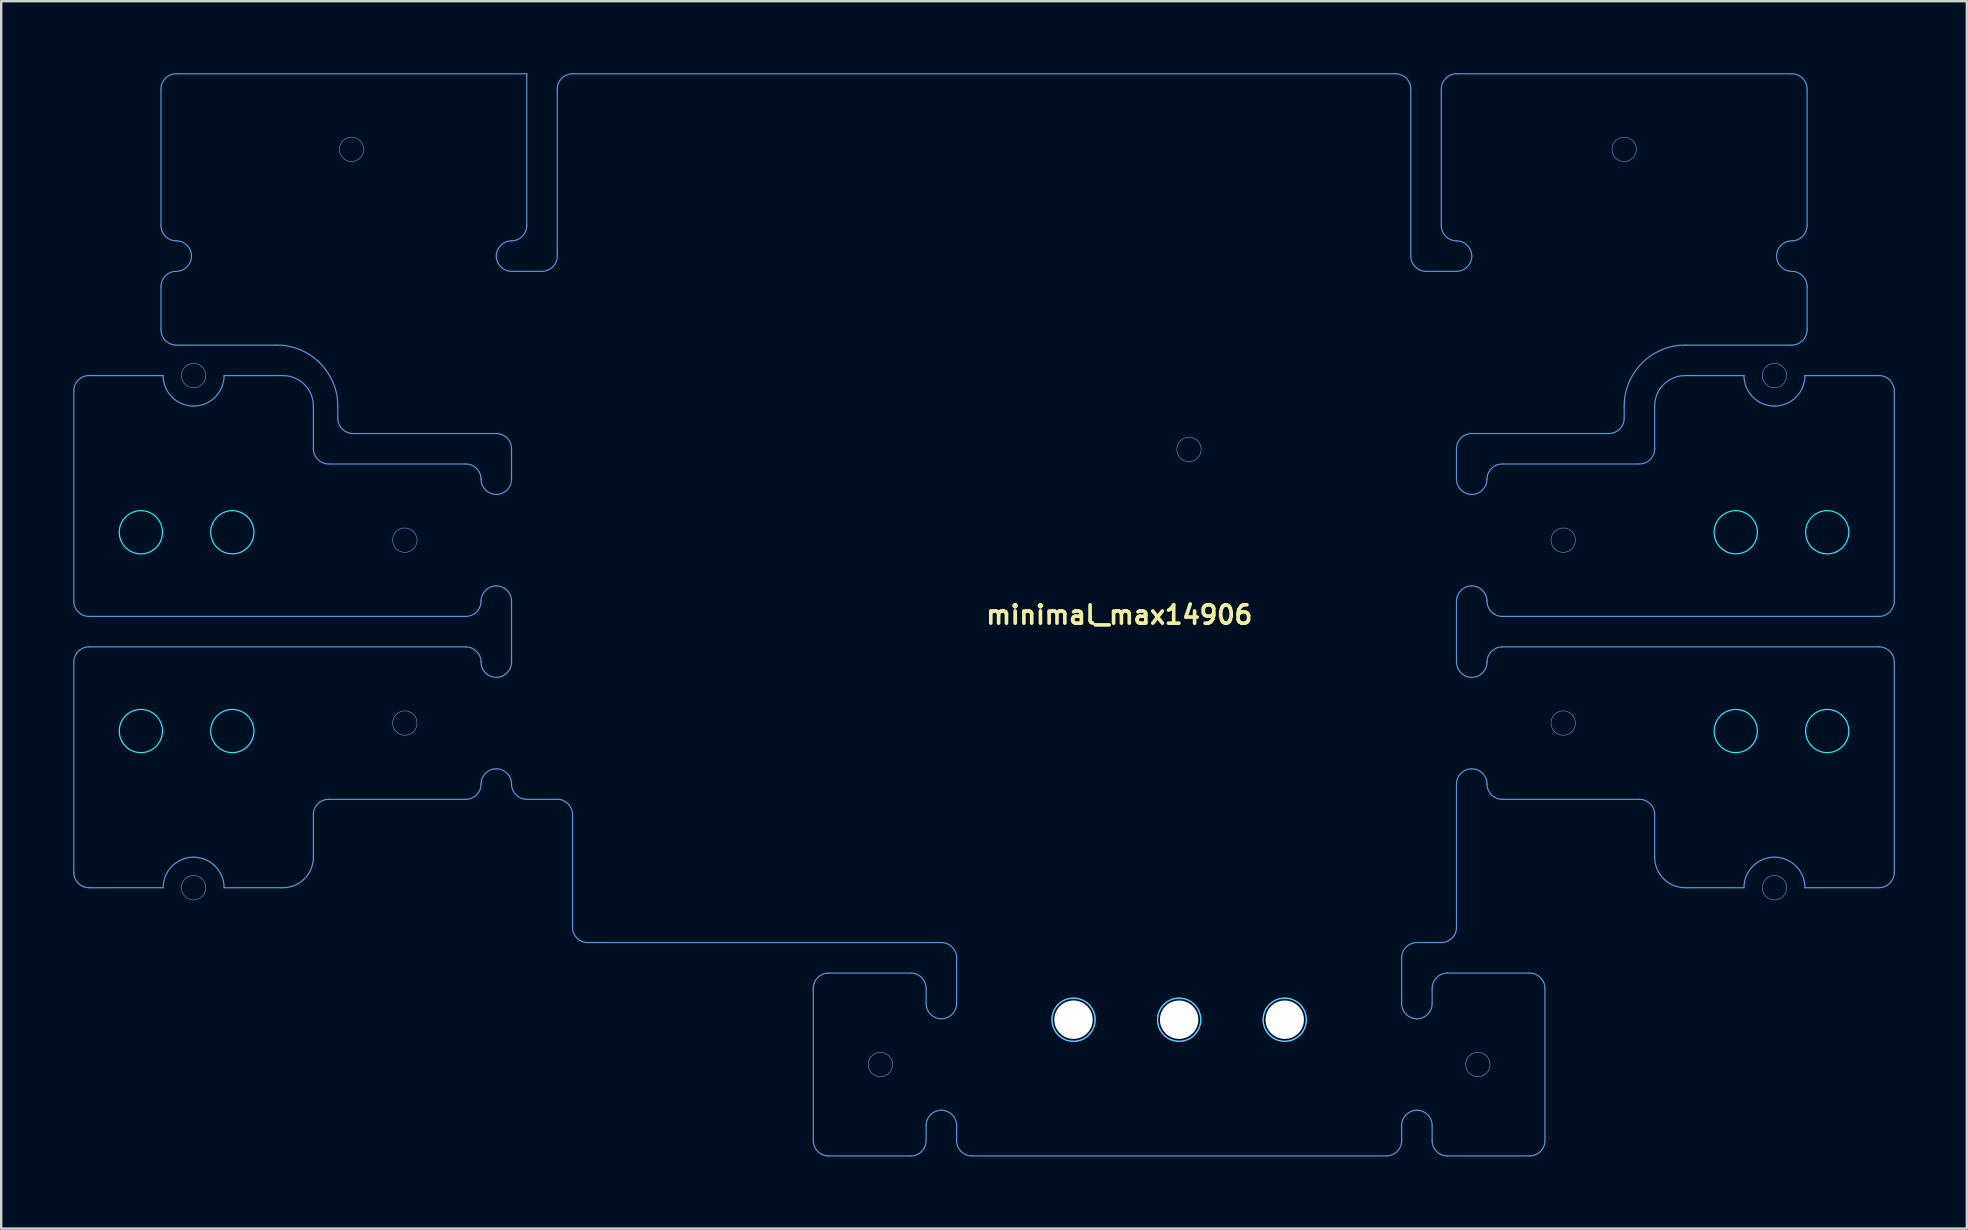
<source format=kicad_pcb>
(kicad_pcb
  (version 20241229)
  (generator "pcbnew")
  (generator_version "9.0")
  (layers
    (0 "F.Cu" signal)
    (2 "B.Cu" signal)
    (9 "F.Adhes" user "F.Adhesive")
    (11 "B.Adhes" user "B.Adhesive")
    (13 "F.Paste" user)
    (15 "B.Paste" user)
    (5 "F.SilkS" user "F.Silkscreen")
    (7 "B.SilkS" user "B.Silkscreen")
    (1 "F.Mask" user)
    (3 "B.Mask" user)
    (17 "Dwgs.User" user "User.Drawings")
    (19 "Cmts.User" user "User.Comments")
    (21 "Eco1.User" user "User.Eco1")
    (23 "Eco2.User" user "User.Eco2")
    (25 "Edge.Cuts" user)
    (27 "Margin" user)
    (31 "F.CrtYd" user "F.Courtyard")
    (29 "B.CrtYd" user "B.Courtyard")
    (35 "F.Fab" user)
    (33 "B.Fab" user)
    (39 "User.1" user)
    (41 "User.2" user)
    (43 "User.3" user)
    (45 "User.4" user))
  (footprint "minimal_max14906"
    (layer "F.Cu")
    (at 37.947 22.567)
    (property "Reference" "minimal_max14906" (at 0 0 0) (unlocked yes) (layer "F.SilkS") (effects (font (size 0.762 0.762) (thickness 0.152) (bold yes)) (justify left)))
    (fp_line (start -37.922 -9.335) (end -37.922 -0.572) (stroke (width 0.05) (type solid)) (layer "Cmts.User"))
    (fp_line (start -37.922 10.732) (end -37.922 1.968) (stroke (width 0.05) (type default)) (layer "Cmts.User"))
    (fp_line (start -34.29 -16.218) (end -34.29 -21.907) (stroke (width 0.05) (type default)) (layer "Cmts.User"))
    (fp_line (start -34.29 -13.678) (end -34.29 -11.874) (stroke (width 0.05) (type default)) (layer "Cmts.User"))
    (fp_line (start -34.201 -9.97) (end -37.287 -9.97) (stroke (width 0.05) (type default)) (layer "Cmts.User"))
    (fp_line (start -34.201 11.367) (end -37.287 11.367) (stroke (width 0.05) (type default)) (layer "Cmts.User"))
    (fp_line (start -33.655 -22.543) (end -19.05 -22.543) (stroke (width 0.05) (type default)) (layer "Cmts.User"))
    (fp_line (start -29.464 -11.239) (end -33.655 -11.239) (stroke (width 0.05) (type default)) (layer "Cmts.User"))
    (fp_line (start -29.21 -9.97) (end -31.661 -9.97) (stroke (width 0.05) (type default)) (layer "Cmts.User"))
    (fp_line (start -29.21 11.367) (end -31.661 11.367) (stroke (width 0.05) (type default)) (layer "Cmts.User"))
    (fp_line (start -27.94 -6.921) (end -27.94 -8.7) (stroke (width 0.05) (type default)) (layer "Cmts.User"))
    (fp_line (start -27.94 10.097) (end -27.94 8.319) (stroke (width 0.05) (type solid)) (layer "Cmts.User"))
    (fp_line (start -27.305 -6.287) (end -21.59 -6.287) (stroke (width 0.05) (type default)) (layer "Cmts.User"))
    (fp_line (start -27.305 7.684) (end -21.59 7.684) (stroke (width 0.05) (type default)) (layer "Cmts.User"))
    (fp_line (start -26.924 -8.191) (end -26.924 -8.7) (stroke (width 0.05) (type default)) (layer "Cmts.User"))
    (fp_line (start -21.59 0.064) (end -37.287 0.063) (stroke (width 0.05) (type default)) (layer "Cmts.User"))
    (fp_line (start -21.59 1.333) (end -37.287 1.333) (stroke (width 0.05) (type default)) (layer "Cmts.User"))
    (fp_line (start -20.32 -7.556) (end -26.289 -7.556) (stroke (width 0.05) (type default)) (layer "Cmts.User"))
    (fp_line (start -19.685 -14.313) (end -18.415 -14.313) (stroke (width 0.05) (type solid)) (layer "Cmts.User"))
    (fp_line (start -19.685 -5.652) (end -19.685 -6.921) (stroke (width 0.05) (type default)) (layer "Cmts.User"))
    (fp_line (start -19.685 -0.572) (end -19.685 1.968) (stroke (width 0.05) (type default)) (layer "Cmts.User"))
    (fp_line (start -19.05 -16.218) (end -19.05 -22.543) (stroke (width 0.05) (type default)) (layer "Cmts.User"))
    (fp_line (start -19.05 7.684) (end -17.78 7.684) (stroke (width 0.05) (type default)) (layer "Cmts.User"))
    (fp_line (start -17.78 -14.948) (end -17.78 -21.907) (stroke (width 0.05) (type default)) (layer "Cmts.User"))
    (fp_line (start -17.145 -22.543) (end 17.145 -22.543) (stroke (width 0.05) (type default)) (layer "Cmts.User"))
    (fp_line (start -17.145 13.018) (end -17.145 8.319) (stroke (width 0.05) (type default)) (layer "Cmts.User"))
    (fp_line (start -16.51 13.652) (end -1.778 13.652) (stroke (width 0.05) (type solid)) (layer "Cmts.User"))
    (fp_line (start -7.112 21.907) (end -7.112 15.557) (stroke (width 0.05) (type default)) (layer "Cmts.User"))
    (fp_line (start -6.477 22.543) (end -3.048 22.543) (stroke (width 0.05) (type default)) (layer "Cmts.User"))
    (fp_line (start -3.048 14.922) (end -6.477 14.922) (stroke (width 0.05) (type default)) (layer "Cmts.User"))
    (fp_line (start -2.413 16.192) (end -2.413 15.557) (stroke (width 0.05) (type default)) (layer "Cmts.User"))
    (fp_line (start -2.413 21.273) (end -2.413 21.907) (stroke (width 0.05) (type default)) (layer "Cmts.User"))
    (fp_line (start -1.143 14.287) (end -1.143 16.192) (stroke (width 0.05) (type default)) (layer "Cmts.User"))
    (fp_line (start -1.143 21.273) (end -1.143 21.907) (stroke (width 0.05) (type default)) (layer "Cmts.User"))
    (fp_line (start -0.508 22.543) (end 16.764 22.543) (stroke (width 0.05) (type default)) (layer "Cmts.User"))
    (fp_line (start 17.399 16.192) (end 17.399 14.287) (stroke (width 0.05) (type default)) (layer "Cmts.User"))
    (fp_line (start 17.399 21.273) (end 17.399 21.907) (stroke (width 0.05) (type default)) (layer "Cmts.User"))
    (fp_line (start 17.78 -14.948) (end 17.78 -21.907) (stroke (width 0.05) (type default)) (layer "Cmts.User"))
    (fp_line (start 18.669 16.192) (end 18.669 15.557) (stroke (width 0.05) (type solid)) (layer "Cmts.User"))
    (fp_line (start 18.669 21.273) (end 18.669 21.907) (stroke (width 0.05) (type default)) (layer "Cmts.User"))
    (fp_line (start 19.05 -16.218) (end 19.05 -21.907) (stroke (width 0.05) (type default)) (layer "Cmts.User"))
    (fp_line (start 19.05 13.652) (end 18.034 13.652) (stroke (width 0.05) (type default)) (layer "Cmts.User"))
    (fp_line (start 19.304 22.543) (end 22.733 22.543) (stroke (width 0.05) (type default)) (layer "Cmts.User"))
    (fp_line (start 19.685 -22.543) (end 33.655 -22.543) (stroke (width 0.05) (type default)) (layer "Cmts.User"))
    (fp_line (start 19.685 -14.313) (end 18.415 -14.313) (stroke (width 0.05) (type default)) (layer "Cmts.User"))
    (fp_line (start 19.685 -5.652) (end 19.685 -6.921) (stroke (width 0.05) (type default)) (layer "Cmts.User"))
    (fp_line (start 19.685 -0.572) (end 19.685 1.968) (stroke (width 0.05) (type default)) (layer "Cmts.User"))
    (fp_line (start 19.685 7.048) (end 19.685 13.018) (stroke (width 0.05) (type default)) (layer "Cmts.User"))
    (fp_line (start 21.59 0.064) (end 37.287 0.063) (stroke (width 0.05) (type default)) (layer "Cmts.User"))
    (fp_line (start 21.59 1.333) (end 37.287 1.333) (stroke (width 0.05) (type default)) (layer "Cmts.User"))
    (fp_line (start 22.733 14.922) (end 19.304 14.922) (stroke (width 0.05) (type default)) (layer "Cmts.User"))
    (fp_line (start 23.368 15.557) (end 23.368 21.907) (stroke (width 0.05) (type default)) (layer "Cmts.User"))
    (fp_line (start 26.035 -7.556) (end 20.32 -7.556) (stroke (width 0.05) (type default)) (layer "Cmts.User"))
    (fp_line (start 26.67 -8.191) (end 26.67 -8.7) (stroke (width 0.05) (type default)) (layer "Cmts.User"))
    (fp_line (start 27.305 -6.287) (end 21.59 -6.287) (stroke (width 0.05) (type default)) (layer "Cmts.User"))
    (fp_line (start 27.305 7.684) (end 21.59 7.684) (stroke (width 0.05) (type default)) (layer "Cmts.User"))
    (fp_line (start 27.94 -6.921) (end 27.94 -8.7) (stroke (width 0.05) (type default)) (layer "Cmts.User"))
    (fp_line (start 27.94 10.097) (end 27.94 8.319) (stroke (width 0.05) (type solid)) (layer "Cmts.User"))
    (fp_line (start 29.21 -11.239) (end 33.655 -11.239) (stroke (width 0.05) (type default)) (layer "Cmts.User"))
    (fp_line (start 29.21 -9.97) (end 31.661 -9.97) (stroke (width 0.05) (type default)) (layer "Cmts.User"))
    (fp_line (start 29.21 11.367) (end 31.661 11.367) (stroke (width 0.05) (type default)) (layer "Cmts.User"))
    (fp_line (start 34.201 -9.97) (end 37.287 -9.97) (stroke (width 0.05) (type default)) (layer "Cmts.User"))
    (fp_line (start 34.201 11.367) (end 37.287 11.367) (stroke (width 0.05) (type default)) (layer "Cmts.User"))
    (fp_line (start 34.29 -16.218) (end 34.29 -21.907) (stroke (width 0.05) (type default)) (layer "Cmts.User"))
    (fp_line (start 34.29 -11.874) (end 34.29 -13.678) (stroke (width 0.05) (type default)) (layer "Cmts.User"))
    (fp_line (start 37.922 -9.335) (end 37.922 -0.572) (stroke (width 0.05) (type solid)) (layer "Cmts.User"))
    (fp_line (start 37.922 10.732) (end 37.922 1.968) (stroke (width 0.05) (type default)) (layer "Cmts.User"))
    (fp_arc (start -37.9222 -9.3345) (mid -37.736213 -9.783513) (end -37.2872 -9.9695) (stroke (width 0.05) (type default)) (layer "Cmts.User"))
    (fp_arc (start -37.9222 1.9685) (mid -37.736213 1.519487) (end -37.2872 1.3335) (stroke (width 0.05) (type default)) (layer "Cmts.User"))
    (fp_arc (start -37.2872 0.063499) (mid -37.736212 -0.122488) (end -37.9222 -0.571501) (stroke (width 0.05) (type default)) (layer "Cmts.User"))
    (fp_arc (start -37.2872 11.3665) (mid -37.736213 11.180513) (end -37.9222 10.7315) (stroke (width 0.05) (type default)) (layer "Cmts.User"))
    (fp_arc (start -34.29 -21.9075) (mid -34.104013 -22.356513) (end -33.655 -22.5425) (stroke (width 0.05) (type default)) (layer "Cmts.User"))
    (fp_arc (start -34.29 -13.6778) (mid -34.104013 -14.126813) (end -33.655 -14.3128) (stroke (width 0.05) (type default)) (layer "Cmts.User"))
    (fp_arc (start -34.2011 11.3665) (mid -33.829125 10.468475) (end -32.9311 10.0965) (stroke (width 0.05) (type default)) (layer "Cmts.User"))
    (fp_arc (start -33.655 -15.5828) (mid -34.104013 -15.768787) (end -34.29 -16.2178) (stroke (width 0.05) (type default)) (layer "Cmts.User"))
    (fp_arc (start -33.655 -15.582799) (mid -33.205987 -15.396812) (end -33.02 -14.947799) (stroke (width 0.05) (type default)) (layer "Cmts.User"))
    (fp_arc (start -33.655 -11.2395) (mid -34.104013 -11.425487) (end -34.29 -11.8745) (stroke (width 0.05) (type default)) (layer "Cmts.User"))
    (fp_arc (start -33.02 -14.947799) (mid -33.205987 -14.498786) (end -33.655 -14.312799) (stroke (width 0.05) (type default)) (layer "Cmts.User"))
    (fp_arc (start -32.9311 -8.6995) (mid -33.829125 -9.071475) (end -34.2011 -9.9695) (stroke (width 0.05) (type default)) (layer "Cmts.User"))
    (fp_arc (start -32.9311 10.0965) (mid -32.033074 10.468475) (end -31.6611 11.366501) (stroke (width 0.05) (type default)) (layer "Cmts.User"))
    (fp_arc (start -31.6611 -9.969501) (mid -32.033074 -9.071475) (end -32.9311 -8.6995) (stroke (width 0.05) (type default)) (layer "Cmts.User"))
    (fp_arc (start -29.464 -11.2395) (mid -27.667949 -10.495551) (end -26.924 -8.6995) (stroke (width 0.05) (type default)) (layer "Cmts.User"))
    (fp_arc (start -29.21 -9.9695) (mid -28.311974 -9.597526) (end -27.94 -8.6995) (stroke (width 0.05) (type default)) (layer "Cmts.User"))
    (fp_arc (start -27.94 8.3185) (mid -27.754013 7.869487) (end -27.305 7.6835) (stroke (width 0.05) (type default)) (layer "Cmts.User"))
    (fp_arc (start -27.94 10.0965) (mid -28.311974 10.994526) (end -29.21 11.3665) (stroke (width 0.05) (type default)) (layer "Cmts.User"))
    (fp_arc (start -27.305 -6.2865) (mid -27.754013 -6.472487) (end -27.94 -6.9215) (stroke (width 0.05) (type default)) (layer "Cmts.User"))
    (fp_arc (start -26.289 -7.5565) (mid -26.738013 -7.742487) (end -26.924 -8.1915) (stroke (width 0.05) (type default)) (layer "Cmts.User"))
    (fp_arc (start -21.59 -6.2865) (mid -21.140987 -6.100513) (end -20.955 -5.6515) (stroke (width 0.05) (type default)) (layer "Cmts.User"))
    (fp_arc (start -21.59 1.333501) (mid -21.140987 1.519488) (end -20.955 1.968501) (stroke (width 0.05) (type default)) (layer "Cmts.User"))
    (fp_arc (start -20.955 -0.5715) (mid -21.140987 -0.122487) (end -21.59 0.0635) (stroke (width 0.05) (type default)) (layer "Cmts.User"))
    (fp_arc (start -20.955 -0.5715) (mid -20.769013 -1.020513) (end -20.32 -1.2065) (stroke (width 0.05) (type default)) (layer "Cmts.User"))
    (fp_arc (start -20.955 7.0485) (mid -21.140987 7.497513) (end -21.59 7.6835) (stroke (width 0.05) (type default)) (layer "Cmts.User"))
    (fp_arc (start -20.955 7.0485) (mid -20.769013 6.599487) (end -20.32 6.4135) (stroke (width 0.05) (type default)) (layer "Cmts.User"))
    (fp_arc (start -20.32 -14.9479) (mid -20.134013 -15.396913) (end -19.685 -15.5829) (stroke (width 0.05) (type default)) (layer "Cmts.User"))
    (fp_arc (start -20.32 -7.5565) (mid -19.870987 -7.370513) (end -19.685 -6.9215) (stroke (width 0.05) (type default)) (layer "Cmts.User"))
    (fp_arc (start -20.32 -5.0165) (mid -20.769013 -5.202487) (end -20.955 -5.6515) (stroke (width 0.05) (type default)) (layer "Cmts.User"))
    (fp_arc (start -20.32 -1.2065) (mid -19.870987 -1.020513) (end -19.685 -0.5715) (stroke (width 0.05) (type default)) (layer "Cmts.User"))
    (fp_arc (start -20.32 2.6035) (mid -20.769013 2.417513) (end -20.955 1.9685) (stroke (width 0.05) (type default)) (layer "Cmts.User"))
    (fp_arc (start -20.32 6.4135) (mid -19.870987 6.599487) (end -19.685 7.0485) (stroke (width 0.05) (type default)) (layer "Cmts.User"))
    (fp_arc (start -19.685 -14.3129) (mid -20.134013 -14.498887) (end -20.32 -14.9479) (stroke (width 0.05) (type default)) (layer "Cmts.User"))
    (fp_arc (start -19.685 -5.6515) (mid -19.870987 -5.202487) (end -20.32 -5.0165) (stroke (width 0.05) (type default)) (layer "Cmts.User"))
    (fp_arc (start -19.685 1.9685) (mid -19.870987 2.417513) (end -20.32 2.6035) (stroke (width 0.05) (type default)) (layer "Cmts.User"))
    (fp_arc (start -19.05 -16.2179) (mid -19.235987 -15.768887) (end -19.685 -15.5829) (stroke (width 0.05) (type default)) (layer "Cmts.User"))
    (fp_arc (start -19.05 7.6835) (mid -19.499013 7.497513) (end -19.685 7.0485) (stroke (width 0.05) (type default)) (layer "Cmts.User"))
    (fp_arc (start -17.78 -21.9075) (mid -17.594013 -22.356513) (end -17.145 -22.5425) (stroke (width 0.05) (type default)) (layer "Cmts.User"))
    (fp_arc (start -17.78 -14.9479) (mid -17.965987 -14.498887) (end -18.415 -14.3129) (stroke (width 0.05) (type default)) (layer "Cmts.User"))
    (fp_arc (start -17.78 7.6835) (mid -17.330987 7.869487) (end -17.145 8.3185) (stroke (width 0.05) (type default)) (layer "Cmts.User"))
    (fp_arc (start -16.51 13.6525) (mid -16.959013 13.466513) (end -17.145 13.0175) (stroke (width 0.05) (type default)) (layer "Cmts.User"))
    (fp_arc (start -7.112 15.5575) (mid -6.926013 15.108487) (end -6.477 14.9225) (stroke (width 0.05) (type default)) (layer "Cmts.User"))
    (fp_arc (start -6.477 22.5425) (mid -6.926013 22.356513) (end -7.112 21.9075) (stroke (width 0.05) (type default)) (layer "Cmts.User"))
    (fp_arc (start -3.048 14.9225) (mid -2.598987 15.108487) (end -2.413 15.5575) (stroke (width 0.05) (type default)) (layer "Cmts.User"))
    (fp_arc (start -2.413 21.2725) (mid -2.227013 20.823487) (end -1.778 20.6375) (stroke (width 0.05) (type default)) (layer "Cmts.User"))
    (fp_arc (start -2.413 21.9075) (mid -2.598987 22.356513) (end -3.048 22.5425) (stroke (width 0.05) (type default)) (layer "Cmts.User"))
    (fp_arc (start -1.778 13.6525) (mid -1.328987 13.838487) (end -1.143 14.2875) (stroke (width 0.05) (type default)) (layer "Cmts.User"))
    (fp_arc (start -1.778 16.8275) (mid -2.227013 16.641513) (end -2.413 16.1925) (stroke (width 0.05) (type default)) (layer "Cmts.User"))
    (fp_arc (start -1.778 20.6375) (mid -1.328987 20.823487) (end -1.143 21.2725) (stroke (width 0.05) (type default)) (layer "Cmts.User"))
    (fp_arc (start -1.143 16.1925) (mid -1.328987 16.641513) (end -1.778 16.8275) (stroke (width 0.05) (type default)) (layer "Cmts.User"))
    (fp_arc (start -0.508 22.5425) (mid -0.957013 22.356513) (end -1.143 21.9075) (stroke (width 0.05) (type default)) (layer "Cmts.User"))
    (fp_arc (start 17.145 -22.5425) (mid 17.594013 -22.356513) (end 17.78 -21.9075) (stroke (width 0.05) (type default)) (layer "Cmts.User"))
    (fp_arc (start 17.399 14.2875) (mid 17.584987 13.838487) (end 18.034 13.6525) (stroke (width 0.05) (type default)) (layer "Cmts.User"))
    (fp_arc (start 17.399 21.2725) (mid 17.584987 20.823487) (end 18.034 20.6375) (stroke (width 0.05) (type default)) (layer "Cmts.User"))
    (fp_arc (start 17.399 21.9075) (mid 17.213013 22.356513) (end 16.764 22.5425) (stroke (width 0.05) (type default)) (layer "Cmts.User"))
    (fp_arc (start 18.034 16.8275) (mid 17.584987 16.641513) (end 17.399 16.1925) (stroke (width 0.05) (type default)) (layer "Cmts.User"))
    (fp_arc (start 18.034 20.6375) (mid 18.483013 20.823487) (end 18.669 21.2725) (stroke (width 0.05) (type default)) (layer "Cmts.User"))
    (fp_arc (start 18.415 -14.3129) (mid 17.965987 -14.498887) (end 17.78 -14.9479) (stroke (width 0.05) (type default)) (layer "Cmts.User"))
    (fp_arc (start 18.669 15.5575) (mid 18.854987 15.108487) (end 19.304 14.9225) (stroke (width 0.05) (type default)) (layer "Cmts.User"))
    (fp_arc (start 18.669 16.1925) (mid 18.483013 16.641513) (end 18.034 16.8275) (stroke (width 0.05) (type default)) (layer "Cmts.User"))
    (fp_arc (start 19.05 -21.9075) (mid 19.235987 -22.356513) (end 19.685 -22.5425) (stroke (width 0.05) (type default)) (layer "Cmts.User"))
    (fp_arc (start 19.304 22.5425) (mid 18.854987 22.356513) (end 18.669 21.9075) (stroke (width 0.05) (type default)) (layer "Cmts.User"))
    (fp_arc (start 19.685 -15.5829) (mid 19.235987 -15.768887) (end 19.05 -16.2179) (stroke (width 0.05) (type default)) (layer "Cmts.User"))
    (fp_arc (start 19.685 -15.5829) (mid 20.134013 -15.396913) (end 20.32 -14.947899) (stroke (width 0.05) (type default)) (layer "Cmts.User"))
    (fp_arc (start 19.685 -6.9215) (mid 19.870987 -7.370513) (end 20.32 -7.5565) (stroke (width 0.05) (type default)) (layer "Cmts.User"))
    (fp_arc (start 19.685 -0.5715) (mid 19.870987 -1.020513) (end 20.32 -1.2065) (stroke (width 0.05) (type default)) (layer "Cmts.User"))
    (fp_arc (start 19.685 7.0485) (mid 19.870987 6.599487) (end 20.32 6.4135) (stroke (width 0.05) (type default)) (layer "Cmts.User"))
    (fp_arc (start 19.685 13.0175) (mid 19.499013 13.466513) (end 19.05 13.6525) (stroke (width 0.05) (type default)) (layer "Cmts.User"))
    (fp_arc (start 20.32 -14.947899) (mid 20.134013 -14.498887) (end 19.685001 -14.3129) (stroke (width 0.05) (type default)) (layer "Cmts.User"))
    (fp_arc (start 20.32 -5.0165) (mid 19.870987 -5.202487) (end 19.685 -5.6515) (stroke (width 0.05) (type default)) (layer "Cmts.User"))
    (fp_arc (start 20.32 -1.2065) (mid 20.769013 -1.020513) (end 20.955 -0.5715) (stroke (width 0.05) (type default)) (layer "Cmts.User"))
    (fp_arc (start 20.32 2.6035) (mid 19.870987 2.417513) (end 19.685 1.9685) (stroke (width 0.05) (type default)) (layer "Cmts.User"))
    (fp_arc (start 20.32 6.4135) (mid 20.769013 6.599487) (end 20.955 7.0485) (stroke (width 0.05) (type default)) (layer "Cmts.User"))
    (fp_arc (start 20.955 -5.6515) (mid 20.769013 -5.202487) (end 20.32 -5.0165) (stroke (width 0.05) (type default)) (layer "Cmts.User"))
    (fp_arc (start 20.955 -5.6515) (mid 21.140987 -6.100513) (end 21.59 -6.2865) (stroke (width 0.05) (type default)) (layer "Cmts.User"))
    (fp_arc (start 20.955 1.9685) (mid 20.769013 2.417513) (end 20.32 2.6035) (stroke (width 0.05) (type default)) (layer "Cmts.User"))
    (fp_arc (start 20.955 1.9685) (mid 21.140987 1.519487) (end 21.59 1.3335) (stroke (width 0.05) (type default)) (layer "Cmts.User"))
    (fp_arc (start 21.59 0.0635) (mid 21.140987 -0.122487) (end 20.955 -0.5715) (stroke (width 0.05) (type default)) (layer "Cmts.User"))
    (fp_arc (start 21.59 7.6835) (mid 21.140987 7.497513) (end 20.955 7.0485) (stroke (width 0.05) (type default)) (layer "Cmts.User"))
    (fp_arc (start 22.733 14.9225) (mid 23.182013 15.108487) (end 23.368 15.5575) (stroke (width 0.05) (type default)) (layer "Cmts.User"))
    (fp_arc (start 23.368 21.9075) (mid 23.182013 22.356513) (end 22.733 22.5425) (stroke (width 0.05) (type default)) (layer "Cmts.User"))
    (fp_arc (start 26.67 -8.6995) (mid 27.413949 -10.495551) (end 29.21 -11.2395) (stroke (width 0.05) (type default)) (layer "Cmts.User"))
    (fp_arc (start 26.67 -8.1915) (mid 26.484013 -7.742487) (end 26.035 -7.5565) (stroke (width 0.05) (type default)) (layer "Cmts.User"))
    (fp_arc (start 27.305 7.6835) (mid 27.754013 7.869487) (end 27.94 8.3185) (stroke (width 0.05) (type default)) (layer "Cmts.User"))
    (fp_arc (start 27.94 -8.6995) (mid 28.311974 -9.597526) (end 29.21 -9.9695) (stroke (width 0.05) (type default)) (layer "Cmts.User"))
    (fp_arc (start 27.94 -6.9215) (mid 27.754013 -6.472487) (end 27.305 -6.2865) (stroke (width 0.05) (type default)) (layer "Cmts.User"))
    (fp_arc (start 29.21 11.3665) (mid 28.311974 10.994526) (end 27.94 10.0965) (stroke (width 0.05) (type default)) (layer "Cmts.User"))
    (fp_arc (start 31.6611 11.366501) (mid 32.033074 10.468475) (end 32.9311 10.0965) (stroke (width 0.05) (type default)) (layer "Cmts.User"))
    (fp_arc (start 32.9311 -8.6995) (mid 32.033074 -9.071475) (end 31.6611 -9.969501) (stroke (width 0.05) (type default)) (layer "Cmts.User"))
    (fp_arc (start 32.9311 10.0965) (mid 33.829125 10.468475) (end 34.2011 11.3665) (stroke (width 0.05) (type default)) (layer "Cmts.User"))
    (fp_arc (start 33.02 -14.947899) (mid 33.205987 -15.396913) (end 33.655 -15.5829) (stroke (width 0.05) (type default)) (layer "Cmts.User"))
    (fp_arc (start 33.654999 -14.3129) (mid 33.205987 -14.498887) (end 33.02 -14.947899) (stroke (width 0.05) (type default)) (layer "Cmts.User"))
    (fp_arc (start 33.655 -22.5425) (mid 34.104013 -22.356513) (end 34.29 -21.9075) (stroke (width 0.05) (type default)) (layer "Cmts.User"))
    (fp_arc (start 33.655 -14.3129) (mid 34.104013 -14.126913) (end 34.29 -13.6779) (stroke (width 0.05) (type default)) (layer "Cmts.User"))
    (fp_arc (start 34.2011 -9.9695) (mid 33.829126 -9.071475) (end 32.9311 -8.6995) (stroke (width 0.05) (type default)) (layer "Cmts.User"))
    (fp_arc (start 34.29 -16.2179) (mid 34.104013 -15.768887) (end 33.655 -15.5829) (stroke (width 0.05) (type default)) (layer "Cmts.User"))
    (fp_arc (start 34.29 -11.8745) (mid 34.104013 -11.425487) (end 33.655 -11.2395) (stroke (width 0.05) (type default)) (layer "Cmts.User"))
    (fp_arc (start 37.2872 -9.9695) (mid 37.736213 -9.783513) (end 37.9222 -9.3345) (stroke (width 0.05) (type default)) (layer "Cmts.User"))
    (fp_arc (start 37.2872 1.3335) (mid 37.736213 1.519487) (end 37.9222 1.9685) (stroke (width 0.05) (type default)) (layer "Cmts.User"))
    (fp_arc (start 37.9222 -0.571501) (mid 37.736213 -0.122488) (end 37.2872 0.063499) (stroke (width 0.05) (type default)) (layer "Cmts.User"))
    (fp_arc (start 37.9222 10.7315) (mid 37.736213 11.180513) (end 37.2872 11.3665) (stroke (width 0.05) (type default)) (layer "Cmts.User"))
    (fp_circle (center -32.931 -9.97) (end -32.423 -9.97) (stroke (width 0.025) (type default)) (fill no) (layer "Cmts.User"))
    (fp_circle (center -32.931 11.367) (end -32.423 11.367) (stroke (width 0.025) (type default)) (fill no) (layer "Cmts.User"))
    (fp_circle (center -26.352 -19.393) (end -25.845 -19.393) (stroke (width 0.025) (type default)) (fill no) (layer "Cmts.User"))
    (fp_circle (center -24.13 -3.111) (end -23.622 -3.111) (stroke (width 0.025) (type default)) (fill no) (layer "Cmts.User"))
    (fp_circle (center -24.13 4.508) (end -23.622 4.508) (stroke (width 0.025) (type default)) (fill no) (layer "Cmts.User"))
    (fp_circle (center -4.318 18.733) (end -3.81 18.733) (stroke (width 0.025) (type default)) (fill no) (layer "Cmts.User"))
    (fp_circle (center 8.539 -6.894) (end 9.047 -6.894) (stroke (width 0.025) (type default)) (fill no) (layer "Cmts.User"))
    (fp_circle (center 20.574 18.733) (end 21.082 18.733) (stroke (width 0.025) (type default)) (fill no) (layer "Cmts.User"))
    (fp_circle (center 24.13 -3.111) (end 24.638 -3.111) (stroke (width 0.025) (type default)) (fill no) (layer "Cmts.User"))
    (fp_circle (center 24.13 4.508) (end 24.638 4.508) (stroke (width 0.025) (type default)) (fill no) (layer "Cmts.User"))
    (fp_circle (center 26.67 -19.393) (end 27.178 -19.393) (stroke (width 0.025) (type default)) (fill no) (layer "Cmts.User"))
    (fp_circle (center 32.931 -9.97) (end 33.439 -9.97) (stroke (width 0.025) (type default)) (fill no) (layer "Cmts.User"))
    (fp_circle (center 32.931 11.367) (end 33.439 11.367) (stroke (width 0.025) (type default)) (fill no) (layer "Cmts.User"))
    (fp_circle (center -35.128 -3.442) (end -35.128 -4.342) (stroke (width 0.05) (type solid)) (fill no) (layer "B.CrtYd"))
    (fp_circle (center -35.128 4.839) (end -35.128 3.939) (stroke (width 0.05) (type solid)) (fill no) (layer "B.CrtYd"))
    (fp_circle (center -31.318 -3.442) (end -31.318 -4.342) (stroke (width 0.05) (type solid)) (fill no) (layer "B.CrtYd"))
    (fp_circle (center -31.318 4.839) (end -31.318 3.939) (stroke (width 0.05) (type solid)) (fill no) (layer "B.CrtYd"))
    (fp_circle (center 3.728 16.866) (end 4.628 16.866) (stroke (width 0.05) (type solid)) (fill no) (layer "B.CrtYd"))
    (fp_circle (center 8.128 16.866) (end 9.028 16.866) (stroke (width 0.05) (type solid)) (fill no) (layer "B.CrtYd"))
    (fp_circle (center 12.528 16.866) (end 13.428 16.866) (stroke (width 0.05) (type solid)) (fill no) (layer "B.CrtYd"))
    (fp_circle (center 31.318 -3.442) (end 31.318 -4.342) (stroke (width 0.05) (type solid)) (fill no) (layer "B.CrtYd"))
    (fp_circle (center 31.318 4.839) (end 31.318 3.939) (stroke (width 0.05) (type solid)) (fill no) (layer "B.CrtYd"))
    (fp_circle (center 35.128 -3.442) (end 35.128 -4.342) (stroke (width 0.05) (type solid)) (fill no) (layer "B.CrtYd"))
    (fp_circle (center 35.128 4.839) (end 35.128 3.939) (stroke (width 0.05) (type solid)) (fill no) (layer "B.CrtYd"))
    (fp_circle (center 3.728 16.866) (end 4.628 16.866) (stroke (width 0.05) (type solid)) (fill no) (layer "F.CrtYd"))
    (fp_circle (center 8.128 16.866) (end 9.028 16.866) (stroke (width 0.05) (type solid)) (fill no) (layer "F.CrtYd"))
    (fp_circle (center 12.528 16.866) (end 13.428 16.866) (stroke (width 0.05) (type solid)) (fill no) (layer "F.CrtYd"))
    (pad "" np_thru_hole circle (at 3.728 16.866) (size 1.6 1.6) (drill 1.6) (layers "*.Cu" "*.Mask"))
    (pad "" np_thru_hole circle (at 8.128 16.866) (size 1.6 1.6) (drill 1.6) (layers "*.Cu" "*.Mask"))
    (pad "" np_thru_hole circle (at 12.528 16.866) (size 1.6 1.6) (drill 1.6) (layers "*.Cu" "*.Mask")))
  (gr_rect
    (start -3 -3)
    (end 78.894 48.135)
    (stroke (width 0.1) (type default))
    (fill no)
    (layer "Edge.Cuts")))
</source>
